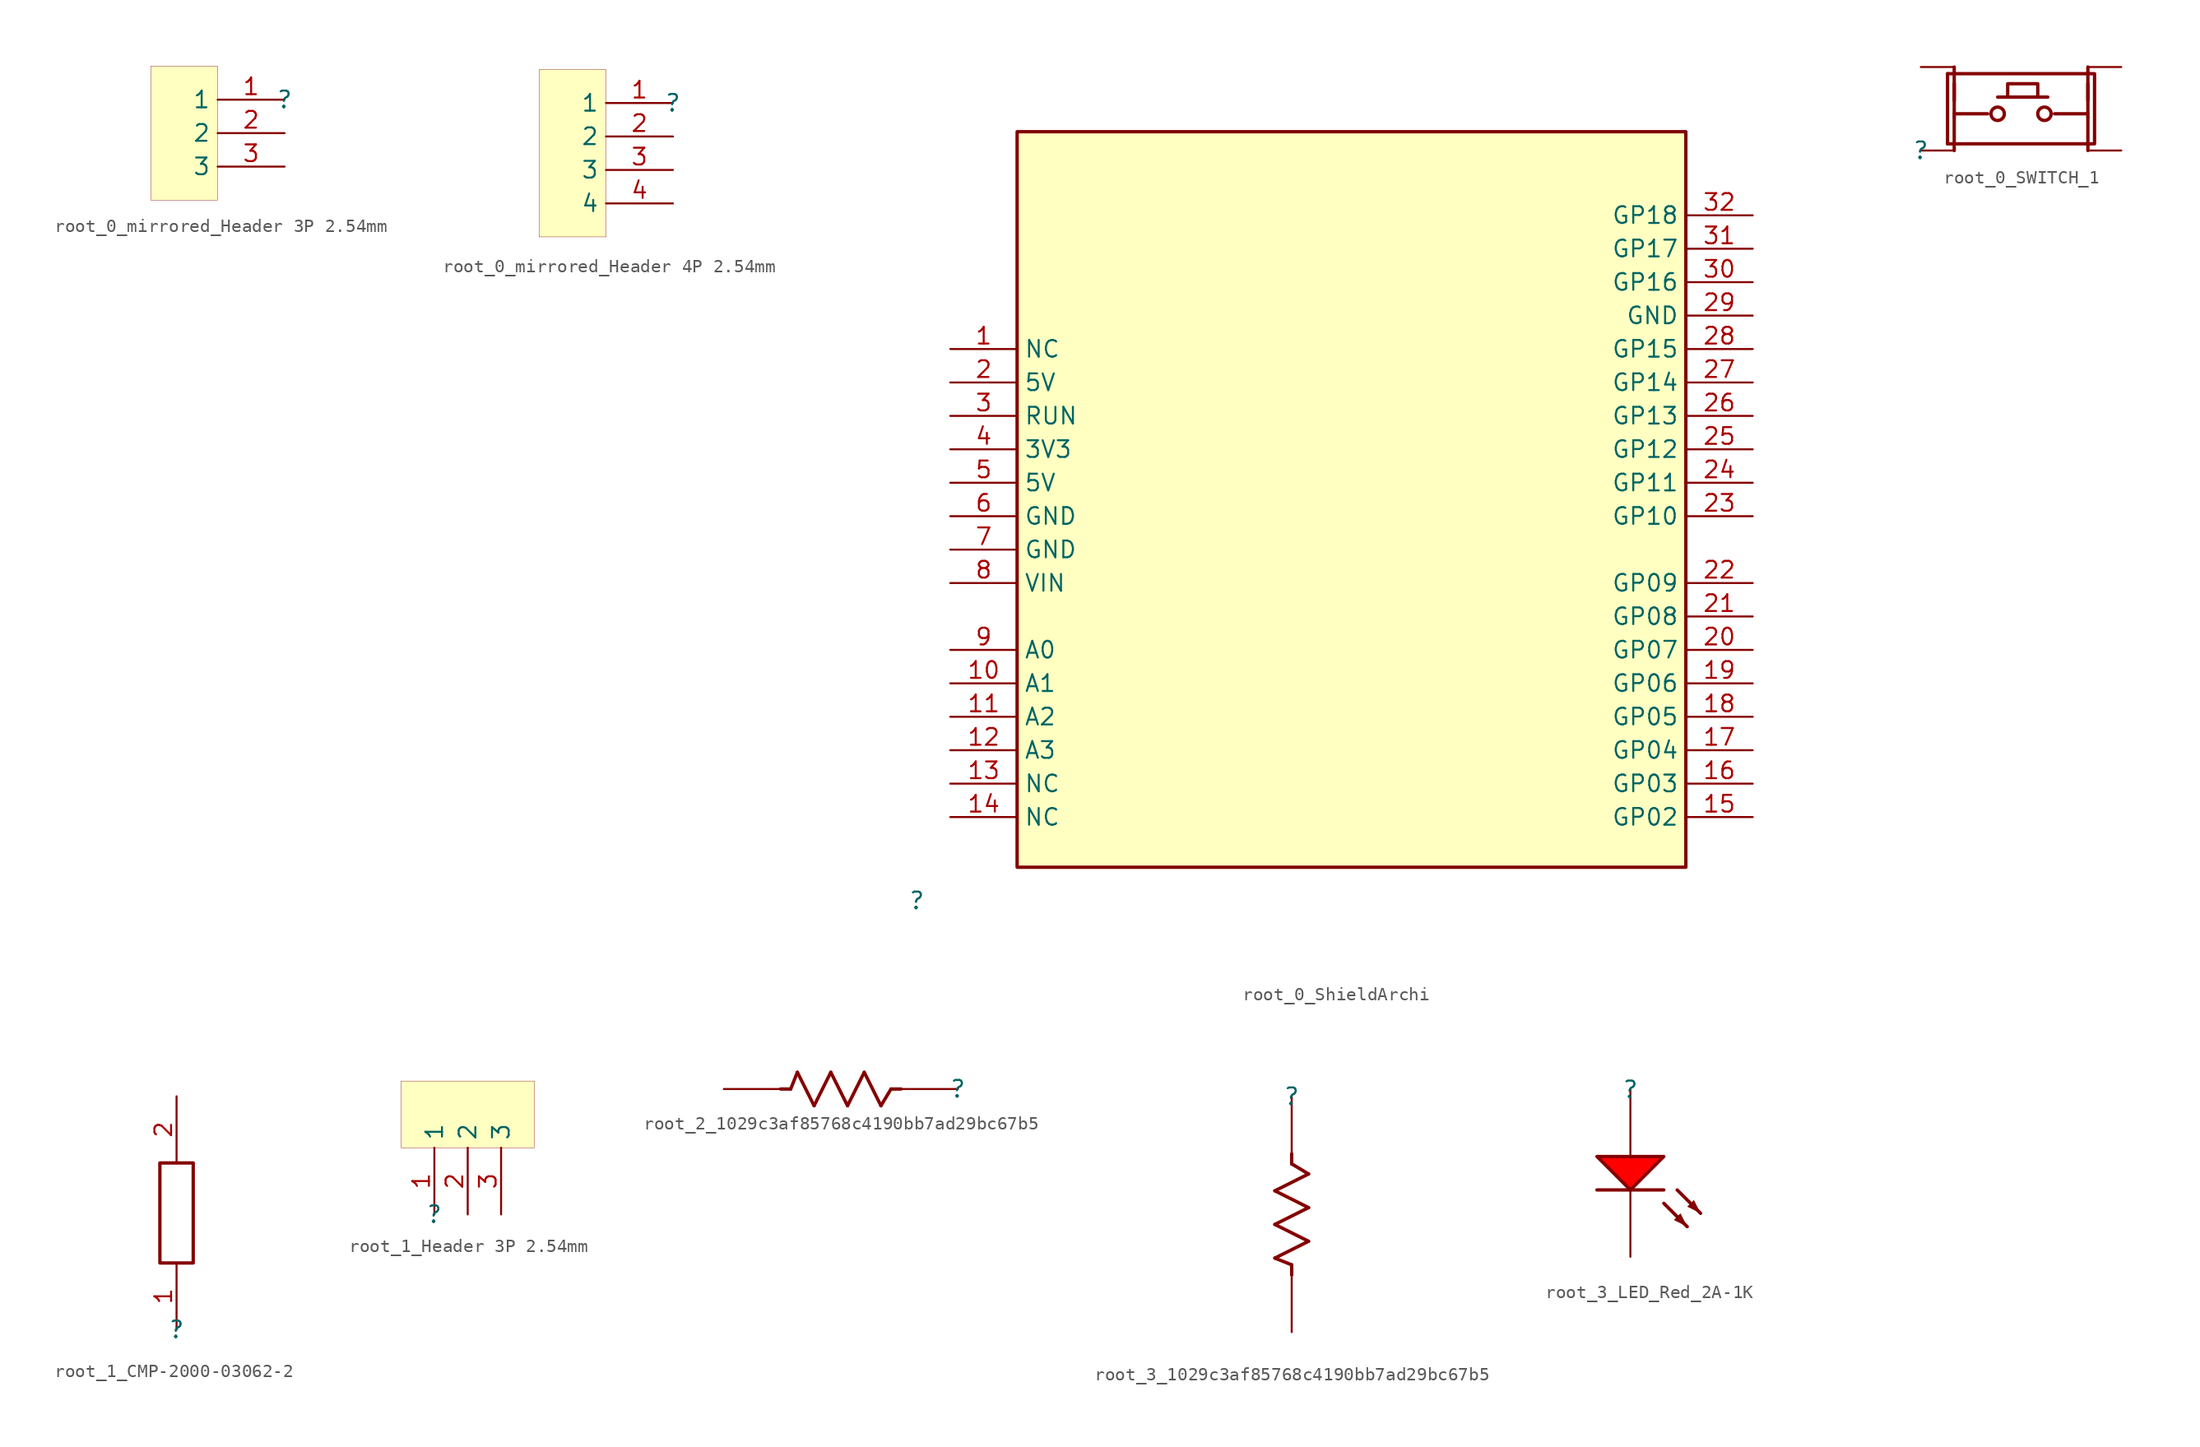
<source format=kicad_sym>
(kicad_symbol_lib
  (version 20231120)
  (generator "kicad_symbol_editor")
  (generator_version "8.0")
  (symbol "root_0_mirrored_Header 3P 2.54mm"
    (property "Reference" ""
      (at 0 0 0)
      (effects (font (size 1.27 1.27))))
    (property "Value" ""
      (at 0 0 0)
      (effects (font (size 1.27 1.27))))
    (symbol "root_0_mirrored_Header 3P 2.54mm_1_0"
      (rectangle (start -5.08 2.54) (end -10.16 -7.62) (stroke (width 0.025) (type solid) (color 128 0 0 1)) (fill (type background)))
      (pin passive line (at 0 0 180) (length 5.08) (name "1" (effects (font (size 1.27 1.27)))) (number "1" (effects (font (size 1.27 1.27)))))
      (pin passive line (at 0 -2.54 180) (length 5.08) (name "2" (effects (font (size 1.27 1.27)))) (number "2" (effects (font (size 1.27 1.27)))))
      (pin passive line (at 0 -5.08 180) (length 5.08) (name "3" (effects (font (size 1.27 1.27)))) (number "3" (effects (font (size 1.27 1.27)))))))
  (symbol "root_0_mirrored_Header 4P 2.54mm"
    (property "Reference" ""
      (at 0 0 0)
      (effects (font (size 1.27 1.27))))
    (property "Value" ""
      (at 0 0 0)
      (effects (font (size 1.27 1.27))))
    (symbol "root_0_mirrored_Header 4P 2.54mm_1_0"
      (rectangle (start -5.08 2.54) (end -10.16 -10.16) (stroke (width 0.025) (type solid) (color 128 0 0 1)) (fill (type background)))
      (pin passive line (at 0 0 180) (length 5.08) (name "1" (effects (font (size 1.27 1.27)))) (number "1" (effects (font (size 1.27 1.27)))))
      (pin passive line (at 0 -2.54 180) (length 5.08) (name "2" (effects (font (size 1.27 1.27)))) (number "2" (effects (font (size 1.27 1.27)))))
      (pin passive line (at 0 -5.08 180) (length 5.08) (name "3" (effects (font (size 1.27 1.27)))) (number "3" (effects (font (size 1.27 1.27)))))
      (pin passive line (at 0 -7.62 180) (length 5.08) (name "4" (effects (font (size 1.27 1.27)))) (number "4" (effects (font (size 1.27 1.27)))))))
  (symbol "root_0_ShieldArchi"
    (property "Reference" ""
      (at 0 0 0)
      (effects (font (size 1.27 1.27))))
    (property "Value" ""
      (at 0 0 0)
      (effects (font (size 1.27 1.27))))
    (symbol "root_0_ShieldArchi_1_0"
      (rectangle (start 58.42 58.42) (end 7.62 2.54) (stroke (width 0.254) (type solid) (color 128 0 0 1)) (fill (type background)))
      (pin passive line (at 2.54 41.91 0) (length 5.08) (name "NC" (effects (font (size 1.27 1.27)))) (number "1" (effects (font (size 1.27 1.27)))))
      (pin bidirectional line (at 2.54 16.51 0) (length 5.08) (name "A1" (effects (font (size 1.27 1.27)))) (number "10" (effects (font (size 1.27 1.27)))))
      (pin bidirectional line (at 2.54 13.97 0) (length 5.08) (name "A2" (effects (font (size 1.27 1.27)))) (number "11" (effects (font (size 1.27 1.27)))))
      (pin bidirectional line (at 2.54 11.43 0) (length 5.08) (name "A3" (effects (font (size 1.27 1.27)))) (number "12" (effects (font (size 1.27 1.27)))))
      (pin passive line (at 2.54 8.89 0) (length 5.08) (name "NC" (effects (font (size 1.27 1.27)))) (number "13" (effects (font (size 1.27 1.27)))))
      (pin passive line (at 2.54 6.35 0) (length 5.08) (name "NC" (effects (font (size 1.27 1.27)))) (number "14" (effects (font (size 1.27 1.27)))))
      (pin bidirectional line (at 63.5 6.35 180) (length 5.08) (name "GP02" (effects (font (size 1.27 1.27)))) (number "15" (effects (font (size 1.27 1.27)))))
      (pin bidirectional line (at 63.5 8.89 180) (length 5.08) (name "GP03" (effects (font (size 1.27 1.27)))) (number "16" (effects (font (size 1.27 1.27)))))
      (pin bidirectional line (at 63.5 11.43 180) (length 5.08) (name "GP04" (effects (font (size 1.27 1.27)))) (number "17" (effects (font (size 1.27 1.27)))))
      (pin bidirectional line (at 63.5 13.97 180) (length 5.08) (name "GP05" (effects (font (size 1.27 1.27)))) (number "18" (effects (font (size 1.27 1.27)))))
      (pin bidirectional line (at 63.5 16.51 180) (length 5.08) (name "GP06" (effects (font (size 1.27 1.27)))) (number "19" (effects (font (size 1.27 1.27)))))
      (pin power_in line (at 2.54 39.37 0) (length 5.08) (name "5V" (effects (font (size 1.27 1.27)))) (number "2" (effects (font (size 1.27 1.27)))))
      (pin bidirectional line (at 63.5 19.05 180) (length 5.08) (name "GP07" (effects (font (size 1.27 1.27)))) (number "20" (effects (font (size 1.27 1.27)))))
      (pin bidirectional line (at 63.5 21.59 180) (length 5.08) (name "GP08" (effects (font (size 1.27 1.27)))) (number "21" (effects (font (size 1.27 1.27)))))
      (pin bidirectional line (at 63.5 24.13 180) (length 5.08) (name "GP09" (effects (font (size 1.27 1.27)))) (number "22" (effects (font (size 1.27 1.27)))))
      (pin bidirectional line (at 63.5 29.21 180) (length 5.08) (name "GP10" (effects (font (size 1.27 1.27)))) (number "23" (effects (font (size 1.27 1.27)))))
      (pin bidirectional line (at 63.5 31.75 180) (length 5.08) (name "GP11" (effects (font (size 1.27 1.27)))) (number "24" (effects (font (size 1.27 1.27)))))
      (pin bidirectional line (at 63.5 34.29 180) (length 5.08) (name "GP12" (effects (font (size 1.27 1.27)))) (number "25" (effects (font (size 1.27 1.27)))))
      (pin bidirectional line (at 63.5 36.83 180) (length 5.08) (name "GP13" (effects (font (size 1.27 1.27)))) (number "26" (effects (font (size 1.27 1.27)))))
      (pin bidirectional line (at 63.5 39.37 180) (length 5.08) (name "GP14" (effects (font (size 1.27 1.27)))) (number "27" (effects (font (size 1.27 1.27)))))
      (pin bidirectional line (at 63.5 41.91 180) (length 5.08) (name "GP15" (effects (font (size 1.27 1.27)))) (number "28" (effects (font (size 1.27 1.27)))))
      (pin power_in line (at 63.5 44.45 180) (length 5.08) (name "GND" (effects (font (size 1.27 1.27)))) (number "29" (effects (font (size 1.27 1.27)))))
      (pin passive line (at 2.54 36.83 0) (length 5.08) (name "RUN" (effects (font (size 1.27 1.27)))) (number "3" (effects (font (size 1.27 1.27)))))
      (pin bidirectional line (at 63.5 46.99 180) (length 5.08) (name "GP16" (effects (font (size 1.27 1.27)))) (number "30" (effects (font (size 1.27 1.27)))))
      (pin bidirectional line (at 63.5 49.53 180) (length 5.08) (name "GP17" (effects (font (size 1.27 1.27)))) (number "31" (effects (font (size 1.27 1.27)))))
      (pin bidirectional line (at 63.5 52.07 180) (length 5.08) (name "GP18" (effects (font (size 1.27 1.27)))) (number "32" (effects (font (size 1.27 1.27)))))
      (pin power_in line (at 2.54 34.29 0) (length 5.08) (name "3V3" (effects (font (size 1.27 1.27)))) (number "4" (effects (font (size 1.27 1.27)))))
      (pin power_in line (at 2.54 31.75 0) (length 5.08) (name "5V" (effects (font (size 1.27 1.27)))) (number "5" (effects (font (size 1.27 1.27)))))
      (pin passive line (at 2.54 29.21 0) (length 5.08) (name "GND" (effects (font (size 1.27 1.27)))) (number "6" (effects (font (size 1.27 1.27)))))
      (pin passive line (at 2.54 26.67 0) (length 5.08) (name "GND" (effects (font (size 1.27 1.27)))) (number "7" (effects (font (size 1.27 1.27)))))
      (pin input line (at 2.54 24.13 0) (length 5.08) (name "VIN" (effects (font (size 1.27 1.27)))) (number "8" (effects (font (size 1.27 1.27)))))
      (pin bidirectional line (at 2.54 19.05 0) (length 5.08) (name "A0" (effects (font (size 1.27 1.27)))) (number "9" (effects (font (size 1.27 1.27)))))))
  (symbol "root_0_SWITCH_1"
    (property "Reference" ""
      (at 0 0 0)
      (effects (font (size 1.27 1.27))))
    (property "Value" ""
      (at 0 0 0)
      (effects (font (size 1.27 1.27))))
    (symbol "root_0_SWITCH_1_1_0"
      (polyline (pts (xy 2.032 0.508) (xy 2.032 5.842)) (stroke (width 0.254) (type solid)) (fill (type none)))
      (polyline (pts (xy 2.54 0) (xy 2.54 2.54)) (stroke (width 0.254) (type solid)) (fill (type none)))
      (polyline (pts (xy 2.54 2.794) (xy 5.08 2.794)) (stroke (width 0.254) (type solid)) (fill (type none)))
      (polyline (pts (xy 2.54 5.08) (xy 2.54 2.54)) (stroke (width 0.254) (type solid)) (fill (type none)))
      (polyline (pts (xy 2.54 6.35) (xy 2.54 3.81)) (stroke (width 0.254) (type solid)) (fill (type none)))
      (polyline (pts (xy 5.842 4.064) (xy 9.652 4.064)) (stroke (width 0.254) (type solid)) (fill (type none)))
      (polyline (pts (xy 12.7 2.54) (xy 12.7 0)) (stroke (width 0.254) (type solid)) (fill (type none)))
      (polyline (pts (xy 12.7 2.794) (xy 10.16 2.794)) (stroke (width 0.254) (type solid)) (fill (type none)))
      (polyline (pts (xy 12.7 5.08) (xy 12.7 2.54)) (stroke (width 0.254) (type solid)) (fill (type none)))
      (polyline (pts (xy 12.7 6.35) (xy 12.7 3.81)) (stroke (width 0.254) (type solid)) (fill (type none)))
      (polyline (pts (xy 2.032 5.842) (xy 13.208 5.842) (xy 13.208 0.508) (xy 2.032 0.508)) (stroke (width 0.254) (type solid)) (fill (type none)))
      (polyline (pts (xy 6.604 4.064) (xy 6.604 5.08) (xy 8.89 5.08) (xy 8.89 4.064)) (stroke (width 0.254) (type solid)) (fill (type none)))
      (circle (center 5.842 2.794) (radius 0.508) (stroke (width 0.254) (type solid)) (fill (type none)))
      (circle (center 9.398 2.794) (radius 0.508) (stroke (width 0.254) (type solid)) (fill (type none)))
      (pin passive line (at 15.24 6.35 180) (length 2.54) (name "1" (effects (font (size 0 0)))) (number "1" (effects (font (size 0 0)))))
      (pin passive line (at 15.24 0 180) (length 2.54) (name "2" (effects (font (size 0 0)))) (number "2" (effects (font (size 0 0)))))
      (pin passive line (at 0 0 0) (length 2.54) (name "3" (effects (font (size 0 0)))) (number "3" (effects (font (size 0 0)))))
      (pin passive line (at 0 6.35 0) (length 2.54) (name "4" (effects (font (size 0 0)))) (number "4" (effects (font (size 0 0)))))))
  (symbol "root_1_CMP-2000-03062-2"
    (property "Reference" ""
      (at 0 0 0)
      (effects (font (size 1.27 1.27))))
    (property "Value" ""
      (at 0 0 0)
      (effects (font (size 1.27 1.27))))
    (symbol "root_1_CMP-2000-03062-2_1_0"
      (rectangle (start 1.27 12.7) (end -1.27 5.08) (stroke (width 0.254) (type solid)) (fill (type color) (color 255 255 255 1)))
      (pin passive line (at 0 0 90) (length 5.08) (name "1" (effects (font (size 0 0)))) (number "1" (effects (font (size 1.27 1.27)))))
      (pin passive line (at 0 17.78 270) (length 5.08) (name "2" (effects (font (size 0 0)))) (number "2" (effects (font (size 1.27 1.27)))))))
  (symbol "root_1_Header 3P 2.54mm"
    (property "Reference" ""
      (at 0 0 0)
      (effects (font (size 1.27 1.27))))
    (property "Value" ""
      (at 0 0 0)
      (effects (font (size 1.27 1.27))))
    (symbol "root_1_Header 3P 2.54mm_1_0"
      (rectangle (start 7.62 10.16) (end -2.54 5.08) (stroke (width 0.025) (type solid) (color 128 0 0 1)) (fill (type background)))
      (pin passive line (at 0 0 90) (length 5.08) (name "1" (effects (font (size 1.27 1.27)))) (number "1" (effects (font (size 1.27 1.27)))))
      (pin passive line (at 2.54 0 90) (length 5.08) (name "2" (effects (font (size 1.27 1.27)))) (number "2" (effects (font (size 1.27 1.27)))))
      (pin passive line (at 5.08 0 90) (length 5.08) (name "3" (effects (font (size 1.27 1.27)))) (number "3" (effects (font (size 1.27 1.27)))))))
  (symbol "root_2_1029c3af85768c4190bb7ad29bc67b5"
    (property "Reference" ""
      (at 0 0 0)
      (effects (font (size 1.27 1.27))))
    (property "Value" ""
      (at 0 0 0)
      (effects (font (size 1.27 1.27))))
    (symbol "root_2_1029c3af85768c4190bb7ad29bc67b5_1_0"
      (polyline (pts (xy -12.7 0) (xy -13.462 0)) (stroke (width 0.254) (type solid)) (fill (type none)))
      (polyline (pts (xy -12.192 1.27) (xy -12.7 0)) (stroke (width 0.254) (type solid)) (fill (type none)))
      (polyline (pts (xy -10.922 -1.27) (xy -12.192 1.27)) (stroke (width 0.254) (type solid)) (fill (type none)))
      (polyline (pts (xy -9.652 1.27) (xy -10.922 -1.27)) (stroke (width 0.254) (type solid)) (fill (type none)))
      (polyline (pts (xy -8.382 -1.27) (xy -9.652 1.27)) (stroke (width 0.254) (type solid)) (fill (type none)))
      (polyline (pts (xy -7.112 1.27) (xy -8.382 -1.27)) (stroke (width 0.254) (type solid)) (fill (type none)))
      (polyline (pts (xy -5.842 -1.27) (xy -7.112 1.27)) (stroke (width 0.254) (type solid)) (fill (type none)))
      (polyline (pts (xy -5.08 0) (xy -5.842 -1.27)) (stroke (width 0.254) (type solid)) (fill (type none)))
      (polyline (pts (xy -5.08 0) (xy -4.318 0)) (stroke (width 0.254) (type solid)) (fill (type none)))
      (pin passive line (at 0 0 180) (length 5.08) (name "1" (effects (font (size 0 0)))) (number "1" (effects (font (size 0 0)))))
      (pin passive line (at -17.78 0 0) (length 5.08) (name "2" (effects (font (size 0 0)))) (number "2" (effects (font (size 0 0)))))))
  (symbol "root_3_1029c3af85768c4190bb7ad29bc67b5"
    (property "Reference" ""
      (at 0 0 0)
      (effects (font (size 1.27 1.27))))
    (property "Value" ""
      (at 0 0 0)
      (effects (font (size 1.27 1.27))))
    (symbol "root_3_1029c3af85768c4190bb7ad29bc67b5_1_0"
      (polyline (pts (xy -1.27 -12.192) (xy 0 -12.7)) (stroke (width 0.254) (type solid)) (fill (type none)))
      (polyline (pts (xy -1.27 -9.652) (xy 1.27 -10.922)) (stroke (width 0.254) (type solid)) (fill (type none)))
      (polyline (pts (xy -1.27 -7.112) (xy 1.27 -8.382)) (stroke (width 0.254) (type solid)) (fill (type none)))
      (polyline (pts (xy 0 -12.7) (xy 0 -13.462)) (stroke (width 0.254) (type solid)) (fill (type none)))
      (polyline (pts (xy 0 -5.08) (xy 0 -4.318)) (stroke (width 0.254) (type solid)) (fill (type none)))
      (polyline (pts (xy 0 -5.08) (xy 1.27 -5.842)) (stroke (width 0.254) (type solid)) (fill (type none)))
      (polyline (pts (xy 1.27 -10.922) (xy -1.27 -12.192)) (stroke (width 0.254) (type solid)) (fill (type none)))
      (polyline (pts (xy 1.27 -8.382) (xy -1.27 -9.652)) (stroke (width 0.254) (type solid)) (fill (type none)))
      (polyline (pts (xy 1.27 -5.842) (xy -1.27 -7.112)) (stroke (width 0.254) (type solid)) (fill (type none)))
      (pin passive line (at 0 0 270) (length 5.08) (name "1" (effects (font (size 0 0)))) (number "1" (effects (font (size 0 0)))))
      (pin passive line (at 0 -17.78 90) (length 5.08) (name "2" (effects (font (size 0 0)))) (number "2" (effects (font (size 0 0)))))))
  (symbol "root_3_LED_Red_2A-1K"
    (property "Reference" ""
      (at 0 0 0)
      (effects (font (size 1.27 1.27))))
    (property "Value" ""
      (at 0 0 0)
      (effects (font (size 1.27 1.27))))
    (symbol "root_3_LED_Red_2A-1K_1_0"
      (polyline (pts (xy 2.54 -8.636) (xy 4.318 -10.414)) (stroke (width 0.254) (type solid)) (fill (type none)))
      (polyline (pts (xy 2.54 -7.62) (xy -2.54 -7.62)) (stroke (width 0.254) (type solid)) (fill (type none)))
      (polyline (pts (xy 3.556 -7.62) (xy 5.334 -9.398)) (stroke (width 0.254) (type solid)) (fill (type none)))
      (polyline (pts (xy -2.54 -5.08) (xy 0 -7.62) (xy 2.54 -5.08) (xy -2.54 -5.08)) (stroke (width 0.254) (type solid)) (fill (type color) (color 255 0 0 1)))
      (polyline (pts (xy 4.318 -10.414) (xy 3.81 -9.398) (xy 3.302 -9.906) (xy 4.318 -10.414)) (stroke (width -0.0001) (type solid)) (fill (type outline)))
      (polyline (pts (xy 5.334 -9.398) (xy 4.826 -8.382) (xy 4.318 -8.89) (xy 5.334 -9.398)) (stroke (width -0.0001) (type solid)) (fill (type outline)))
      (pin passive line (at 0 -12.7 90) (length 5.08) (name "K" (effects (font (size 0 0)))) (number "1" (effects (font (size 0 0)))))
      (pin passive line (at 0 0 270) (length 5.08) (name "A" (effects (font (size 0 0)))) (number "2" (effects (font (size 0 0))))))))
</source>
